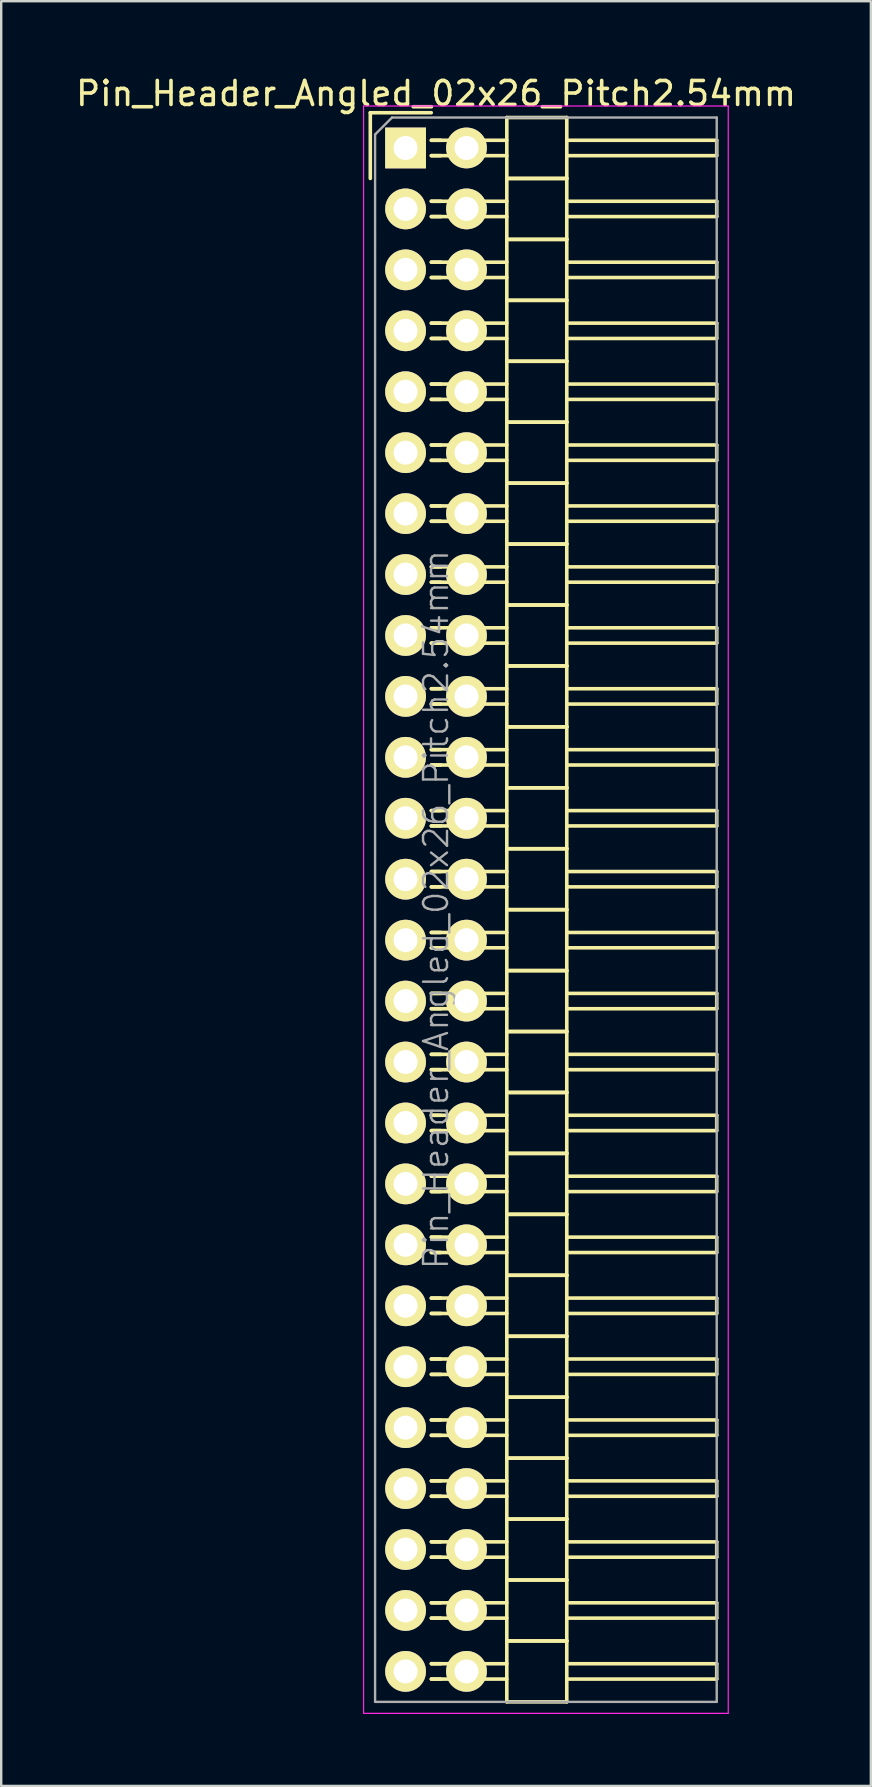
<source format=kicad_pcb>
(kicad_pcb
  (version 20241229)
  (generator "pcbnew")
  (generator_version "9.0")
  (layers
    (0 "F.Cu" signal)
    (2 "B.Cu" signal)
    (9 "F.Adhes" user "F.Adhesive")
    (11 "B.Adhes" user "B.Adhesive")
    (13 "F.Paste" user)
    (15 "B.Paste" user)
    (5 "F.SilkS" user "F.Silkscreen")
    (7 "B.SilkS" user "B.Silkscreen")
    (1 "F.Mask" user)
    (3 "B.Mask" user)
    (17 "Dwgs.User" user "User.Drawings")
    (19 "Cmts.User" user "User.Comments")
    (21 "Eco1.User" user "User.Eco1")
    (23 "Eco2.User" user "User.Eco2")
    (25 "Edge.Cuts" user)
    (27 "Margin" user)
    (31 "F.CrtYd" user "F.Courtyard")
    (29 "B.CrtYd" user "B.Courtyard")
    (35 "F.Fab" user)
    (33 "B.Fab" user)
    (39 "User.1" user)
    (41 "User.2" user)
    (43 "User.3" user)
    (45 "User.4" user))
  (footprint "Pin_Header_Angled_02x26_Pitch2.54mm"
    (layer "F.Cu")
    (at 13.855 3.118)
    (property "Reference" "Pin_Header_Angled_02x26_Pitch2.54mm" (at 1.27 -2.27 0) (layer "F.SilkS") (effects (font (size 1 1) (thickness 0.15))))
    (attr smd)
    (fp_line (start -1.47 -1.47) (end -1.47 1.27) (stroke (width 0.15) (type solid)) (layer "F.SilkS"))
    (fp_line (start -1.47 -1.47) (end 1.07 -1.47) (stroke (width 0.15) (type solid)) (layer "F.SilkS"))
    (fp_line (start 1.465 -0.32) (end 1.075 -0.32) (stroke (width 0.15) (type solid)) (layer "F.SilkS"))
    (fp_line (start 1.465 0.32) (end 1.075 0.32) (stroke (width 0.15) (type solid)) (layer "F.SilkS"))
    (fp_line (start 1.465 2.22) (end 1.075 2.22) (stroke (width 0.15) (type solid)) (layer "F.SilkS"))
    (fp_line (start 1.465 2.86) (end 1.075 2.86) (stroke (width 0.15) (type solid)) (layer "F.SilkS"))
    (fp_line (start 1.465 4.76) (end 1.075 4.76) (stroke (width 0.15) (type solid)) (layer "F.SilkS"))
    (fp_line (start 1.465 5.4) (end 1.075 5.4) (stroke (width 0.15) (type solid)) (layer "F.SilkS"))
    (fp_line (start 1.465 7.3) (end 1.075 7.3) (stroke (width 0.15) (type solid)) (layer "F.SilkS"))
    (fp_line (start 1.465 7.94) (end 1.075 7.94) (stroke (width 0.15) (type solid)) (layer "F.SilkS"))
    (fp_line (start 1.465 9.84) (end 1.075 9.84) (stroke (width 0.15) (type solid)) (layer "F.SilkS"))
    (fp_line (start 1.465 10.48) (end 1.075 10.48) (stroke (width 0.15) (type solid)) (layer "F.SilkS"))
    (fp_line (start 1.465 12.38) (end 1.075 12.38) (stroke (width 0.15) (type solid)) (layer "F.SilkS"))
    (fp_line (start 1.465 13.02) (end 1.075 13.02) (stroke (width 0.15) (type solid)) (layer "F.SilkS"))
    (fp_line (start 1.465 14.92) (end 1.075 14.92) (stroke (width 0.15) (type solid)) (layer "F.SilkS"))
    (fp_line (start 1.465 15.56) (end 1.075 15.56) (stroke (width 0.15) (type solid)) (layer "F.SilkS"))
    (fp_line (start 1.465 17.46) (end 1.075 17.46) (stroke (width 0.15) (type solid)) (layer "F.SilkS"))
    (fp_line (start 1.465 18.1) (end 1.075 18.1) (stroke (width 0.15) (type solid)) (layer "F.SilkS"))
    (fp_line (start 1.465 20) (end 1.075 20) (stroke (width 0.15) (type solid)) (layer "F.SilkS"))
    (fp_line (start 1.465 20.64) (end 1.075 20.64) (stroke (width 0.15) (type solid)) (layer "F.SilkS"))
    (fp_line (start 1.465 22.54) (end 1.075 22.54) (stroke (width 0.15) (type solid)) (layer "F.SilkS"))
    (fp_line (start 1.465 23.18) (end 1.075 23.18) (stroke (width 0.15) (type solid)) (layer "F.SilkS"))
    (fp_line (start 1.465 25.08) (end 1.075 25.08) (stroke (width 0.15) (type solid)) (layer "F.SilkS"))
    (fp_line (start 1.465 25.72) (end 1.075 25.72) (stroke (width 0.15) (type solid)) (layer "F.SilkS"))
    (fp_line (start 1.465 27.62) (end 1.075 27.62) (stroke (width 0.15) (type solid)) (layer "F.SilkS"))
    (fp_line (start 1.465 28.26) (end 1.075 28.26) (stroke (width 0.15) (type solid)) (layer "F.SilkS"))
    (fp_line (start 1.465 30.16) (end 1.075 30.16) (stroke (width 0.15) (type solid)) (layer "F.SilkS"))
    (fp_line (start 1.465 30.8) (end 1.075 30.8) (stroke (width 0.15) (type solid)) (layer "F.SilkS"))
    (fp_line (start 1.465 32.7) (end 1.075 32.7) (stroke (width 0.15) (type solid)) (layer "F.SilkS"))
    (fp_line (start 1.465 33.34) (end 1.075 33.34) (stroke (width 0.15) (type solid)) (layer "F.SilkS"))
    (fp_line (start 1.465 35.24) (end 1.075 35.24) (stroke (width 0.15) (type solid)) (layer "F.SilkS"))
    (fp_line (start 1.465 35.88) (end 1.075 35.88) (stroke (width 0.15) (type solid)) (layer "F.SilkS"))
    (fp_line (start 1.465 37.78) (end 1.075 37.78) (stroke (width 0.15) (type solid)) (layer "F.SilkS"))
    (fp_line (start 1.465 38.42) (end 1.075 38.42) (stroke (width 0.15) (type solid)) (layer "F.SilkS"))
    (fp_line (start 1.465 40.32) (end 1.075 40.32) (stroke (width 0.15) (type solid)) (layer "F.SilkS"))
    (fp_line (start 1.465 40.96) (end 1.075 40.96) (stroke (width 0.15) (type solid)) (layer "F.SilkS"))
    (fp_line (start 1.465 42.86) (end 1.075 42.86) (stroke (width 0.15) (type solid)) (layer "F.SilkS"))
    (fp_line (start 1.465 43.5) (end 1.075 43.5) (stroke (width 0.15) (type solid)) (layer "F.SilkS"))
    (fp_line (start 1.465 45.4) (end 1.075 45.4) (stroke (width 0.15) (type solid)) (layer "F.SilkS"))
    (fp_line (start 1.465 46.04) (end 1.075 46.04) (stroke (width 0.15) (type solid)) (layer "F.SilkS"))
    (fp_line (start 1.465 47.94) (end 1.075 47.94) (stroke (width 0.15) (type solid)) (layer "F.SilkS"))
    (fp_line (start 1.465 48.58) (end 1.075 48.58) (stroke (width 0.15) (type solid)) (layer "F.SilkS"))
    (fp_line (start 1.465 50.48) (end 1.075 50.48) (stroke (width 0.15) (type solid)) (layer "F.SilkS"))
    (fp_line (start 1.465 51.12) (end 1.075 51.12) (stroke (width 0.15) (type solid)) (layer "F.SilkS"))
    (fp_line (start 1.465 53.02) (end 1.075 53.02) (stroke (width 0.15) (type solid)) (layer "F.SilkS"))
    (fp_line (start 1.465 53.66) (end 1.075 53.66) (stroke (width 0.15) (type solid)) (layer "F.SilkS"))
    (fp_line (start 1.465 55.56) (end 1.075 55.56) (stroke (width 0.15) (type solid)) (layer "F.SilkS"))
    (fp_line (start 1.465 56.2) (end 1.075 56.2) (stroke (width 0.15) (type solid)) (layer "F.SilkS"))
    (fp_line (start 1.465 58.1) (end 1.075 58.1) (stroke (width 0.15) (type solid)) (layer "F.SilkS"))
    (fp_line (start 1.465 58.74) (end 1.075 58.74) (stroke (width 0.15) (type solid)) (layer "F.SilkS"))
    (fp_line (start 1.465 60.64) (end 1.075 60.64) (stroke (width 0.15) (type solid)) (layer "F.SilkS"))
    (fp_line (start 1.465 61.28) (end 1.075 61.28) (stroke (width 0.15) (type solid)) (layer "F.SilkS"))
    (fp_line (start 1.465 63.18) (end 1.075 63.18) (stroke (width 0.15) (type solid)) (layer "F.SilkS"))
    (fp_line (start 1.465 63.82) (end 1.075 63.82) (stroke (width 0.15) (type solid)) (layer "F.SilkS"))
    (fp_line (start 4.22 -0.32) (end 1.075 -0.32) (stroke (width 0.15) (type solid)) (layer "F.SilkS"))
    (fp_line (start 4.22 0.32) (end 1.075 0.32) (stroke (width 0.15) (type solid)) (layer "F.SilkS"))
    (fp_line (start 4.22 1.27) (end 4.22 -1.27) (stroke (width 0.15) (type solid)) (layer "F.SilkS"))
    (fp_line (start 4.22 2.22) (end 1.075 2.22) (stroke (width 0.15) (type solid)) (layer "F.SilkS"))
    (fp_line (start 4.22 2.86) (end 1.075 2.86) (stroke (width 0.15) (type solid)) (layer "F.SilkS"))
    (fp_line (start 4.22 3.81) (end 4.22 1.27) (stroke (width 0.15) (type solid)) (layer "F.SilkS"))
    (fp_line (start 4.22 4.76) (end 1.075 4.76) (stroke (width 0.15) (type solid)) (layer "F.SilkS"))
    (fp_line (start 4.22 5.4) (end 1.075 5.4) (stroke (width 0.15) (type solid)) (layer "F.SilkS"))
    (fp_line (start 4.22 6.35) (end 4.22 3.81) (stroke (width 0.15) (type solid)) (layer "F.SilkS"))
    (fp_line (start 4.22 7.3) (end 1.075 7.3) (stroke (width 0.15) (type solid)) (layer "F.SilkS"))
    (fp_line (start 4.22 7.94) (end 1.075 7.94) (stroke (width 0.15) (type solid)) (layer "F.SilkS"))
    (fp_line (start 4.22 8.89) (end 4.22 6.35) (stroke (width 0.15) (type solid)) (layer "F.SilkS"))
    (fp_line (start 4.22 9.84) (end 1.075 9.84) (stroke (width 0.15) (type solid)) (layer "F.SilkS"))
    (fp_line (start 4.22 10.48) (end 1.075 10.48) (stroke (width 0.15) (type solid)) (layer "F.SilkS"))
    (fp_line (start 4.22 11.43) (end 4.22 8.89) (stroke (width 0.15) (type solid)) (layer "F.SilkS"))
    (fp_line (start 4.22 12.38) (end 1.075 12.38) (stroke (width 0.15) (type solid)) (layer "F.SilkS"))
    (fp_line (start 4.22 13.02) (end 1.075 13.02) (stroke (width 0.15) (type solid)) (layer "F.SilkS"))
    (fp_line (start 4.22 13.97) (end 4.22 11.43) (stroke (width 0.15) (type solid)) (layer "F.SilkS"))
    (fp_line (start 4.22 14.92) (end 1.075 14.92) (stroke (width 0.15) (type solid)) (layer "F.SilkS"))
    (fp_line (start 4.22 15.56) (end 1.075 15.56) (stroke (width 0.15) (type solid)) (layer "F.SilkS"))
    (fp_line (start 4.22 16.51) (end 4.22 13.97) (stroke (width 0.15) (type solid)) (layer "F.SilkS"))
    (fp_line (start 4.22 17.46) (end 1.075 17.46) (stroke (width 0.15) (type solid)) (layer "F.SilkS"))
    (fp_line (start 4.22 18.1) (end 1.075 18.1) (stroke (width 0.15) (type solid)) (layer "F.SilkS"))
    (fp_line (start 4.22 19.05) (end 4.22 16.51) (stroke (width 0.15) (type solid)) (layer "F.SilkS"))
    (fp_line (start 4.22 20) (end 1.075 20) (stroke (width 0.15) (type solid)) (layer "F.SilkS"))
    (fp_line (start 4.22 20.64) (end 1.075 20.64) (stroke (width 0.15) (type solid)) (layer "F.SilkS"))
    (fp_line (start 4.22 21.59) (end 4.22 19.05) (stroke (width 0.15) (type solid)) (layer "F.SilkS"))
    (fp_line (start 4.22 22.54) (end 1.075 22.54) (stroke (width 0.15) (type solid)) (layer "F.SilkS"))
    (fp_line (start 4.22 23.18) (end 1.075 23.18) (stroke (width 0.15) (type solid)) (layer "F.SilkS"))
    (fp_line (start 4.22 24.13) (end 4.22 21.59) (stroke (width 0.15) (type solid)) (layer "F.SilkS"))
    (fp_line (start 4.22 25.08) (end 1.075 25.08) (stroke (width 0.15) (type solid)) (layer "F.SilkS"))
    (fp_line (start 4.22 25.72) (end 1.075 25.72) (stroke (width 0.15) (type solid)) (layer "F.SilkS"))
    (fp_line (start 4.22 26.67) (end 4.22 24.13) (stroke (width 0.15) (type solid)) (layer "F.SilkS"))
    (fp_line (start 4.22 27.62) (end 1.075 27.62) (stroke (width 0.15) (type solid)) (layer "F.SilkS"))
    (fp_line (start 4.22 28.26) (end 1.075 28.26) (stroke (width 0.15) (type solid)) (layer "F.SilkS"))
    (fp_line (start 4.22 29.21) (end 4.22 26.67) (stroke (width 0.15) (type solid)) (layer "F.SilkS"))
    (fp_line (start 4.22 30.16) (end 1.075 30.16) (stroke (width 0.15) (type solid)) (layer "F.SilkS"))
    (fp_line (start 4.22 30.8) (end 1.075 30.8) (stroke (width 0.15) (type solid)) (layer "F.SilkS"))
    (fp_line (start 4.22 31.75) (end 4.22 29.21) (stroke (width 0.15) (type solid)) (layer "F.SilkS"))
    (fp_line (start 4.22 32.7) (end 1.075 32.7) (stroke (width 0.15) (type solid)) (layer "F.SilkS"))
    (fp_line (start 4.22 33.34) (end 1.075 33.34) (stroke (width 0.15) (type solid)) (layer "F.SilkS"))
    (fp_line (start 4.22 34.29) (end 4.22 31.75) (stroke (width 0.15) (type solid)) (layer "F.SilkS"))
    (fp_line (start 4.22 35.24) (end 1.075 35.24) (stroke (width 0.15) (type solid)) (layer "F.SilkS"))
    (fp_line (start 4.22 35.88) (end 1.075 35.88) (stroke (width 0.15) (type solid)) (layer "F.SilkS"))
    (fp_line (start 4.22 36.83) (end 4.22 34.29) (stroke (width 0.15) (type solid)) (layer "F.SilkS"))
    (fp_line (start 4.22 37.78) (end 1.075 37.78) (stroke (width 0.15) (type solid)) (layer "F.SilkS"))
    (fp_line (start 4.22 38.42) (end 1.075 38.42) (stroke (width 0.15) (type solid)) (layer "F.SilkS"))
    (fp_line (start 4.22 39.37) (end 4.22 36.83) (stroke (width 0.15) (type solid)) (layer "F.SilkS"))
    (fp_line (start 4.22 40.32) (end 1.075 40.32) (stroke (width 0.15) (type solid)) (layer "F.SilkS"))
    (fp_line (start 4.22 40.96) (end 1.075 40.96) (stroke (width 0.15) (type solid)) (layer "F.SilkS"))
    (fp_line (start 4.22 41.91) (end 4.22 39.37) (stroke (width 0.15) (type solid)) (layer "F.SilkS"))
    (fp_line (start 4.22 42.86) (end 1.075 42.86) (stroke (width 0.15) (type solid)) (layer "F.SilkS"))
    (fp_line (start 4.22 43.5) (end 1.075 43.5) (stroke (width 0.15) (type solid)) (layer "F.SilkS"))
    (fp_line (start 4.22 44.45) (end 4.22 41.91) (stroke (width 0.15) (type solid)) (layer "F.SilkS"))
    (fp_line (start 4.22 45.4) (end 1.075 45.4) (stroke (width 0.15) (type solid)) (layer "F.SilkS"))
    (fp_line (start 4.22 46.04) (end 1.075 46.04) (stroke (width 0.15) (type solid)) (layer "F.SilkS"))
    (fp_line (start 4.22 46.99) (end 4.22 44.45) (stroke (width 0.15) (type solid)) (layer "F.SilkS"))
    (fp_line (start 4.22 47.94) (end 1.075 47.94) (stroke (width 0.15) (type solid)) (layer "F.SilkS"))
    (fp_line (start 4.22 48.58) (end 1.075 48.58) (stroke (width 0.15) (type solid)) (layer "F.SilkS"))
    (fp_line (start 4.22 49.53) (end 4.22 46.99) (stroke (width 0.15) (type solid)) (layer "F.SilkS"))
    (fp_line (start 4.22 50.48) (end 1.075 50.48) (stroke (width 0.15) (type solid)) (layer "F.SilkS"))
    (fp_line (start 4.22 51.12) (end 1.075 51.12) (stroke (width 0.15) (type solid)) (layer "F.SilkS"))
    (fp_line (start 4.22 52.07) (end 4.22 49.53) (stroke (width 0.15) (type solid)) (layer "F.SilkS"))
    (fp_line (start 4.22 53.02) (end 1.075 53.02) (stroke (width 0.15) (type solid)) (layer "F.SilkS"))
    (fp_line (start 4.22 53.66) (end 1.075 53.66) (stroke (width 0.15) (type solid)) (layer "F.SilkS"))
    (fp_line (start 4.22 54.61) (end 4.22 52.07) (stroke (width 0.15) (type solid)) (layer "F.SilkS"))
    (fp_line (start 4.22 55.56) (end 1.075 55.56) (stroke (width 0.15) (type solid)) (layer "F.SilkS"))
    (fp_line (start 4.22 56.2) (end 1.075 56.2) (stroke (width 0.15) (type solid)) (layer "F.SilkS"))
    (fp_line (start 4.22 57.15) (end 4.22 54.61) (stroke (width 0.15) (type solid)) (layer "F.SilkS"))
    (fp_line (start 4.22 58.1) (end 1.075 58.1) (stroke (width 0.15) (type solid)) (layer "F.SilkS"))
    (fp_line (start 4.22 58.74) (end 1.075 58.74) (stroke (width 0.15) (type solid)) (layer "F.SilkS"))
    (fp_line (start 4.22 59.69) (end 4.22 57.15) (stroke (width 0.15) (type solid)) (layer "F.SilkS"))
    (fp_line (start 4.22 60.64) (end 1.075 60.64) (stroke (width 0.15) (type solid)) (layer "F.SilkS"))
    (fp_line (start 4.22 61.28) (end 1.075 61.28) (stroke (width 0.15) (type solid)) (layer "F.SilkS"))
    (fp_line (start 4.22 62.23) (end 4.22 59.69) (stroke (width 0.15) (type solid)) (layer "F.SilkS"))
    (fp_line (start 4.22 63.18) (end 1.075 63.18) (stroke (width 0.15) (type solid)) (layer "F.SilkS"))
    (fp_line (start 4.22 63.82) (end 1.075 63.82) (stroke (width 0.15) (type solid)) (layer "F.SilkS"))
    (fp_line (start 4.22 64.77) (end 4.22 62.23) (stroke (width 0.15) (type solid)) (layer "F.SilkS"))
    (fp_line (start 6.72 -1.27) (end 4.22 -1.27) (stroke (width 0.15) (type solid)) (layer "F.SilkS"))
    (fp_line (start 6.72 -0.32) (end 12.97 -0.32) (stroke (width 0.15) (type solid)) (layer "F.SilkS"))
    (fp_line (start 6.72 0.32) (end 12.97 0.32) (stroke (width 0.15) (type solid)) (layer "F.SilkS"))
    (fp_line (start 6.72 1.27) (end 4.22 1.27) (stroke (width 0.15) (type solid)) (layer "F.SilkS"))
    (fp_line (start 6.72 1.27) (end 4.22 1.27) (stroke (width 0.15) (type solid)) (layer "F.SilkS"))
    (fp_line (start 6.72 1.27) (end 6.72 -1.27) (stroke (width 0.15) (type solid)) (layer "F.SilkS"))
    (fp_line (start 6.72 2.22) (end 12.97 2.22) (stroke (width 0.15) (type solid)) (layer "F.SilkS"))
    (fp_line (start 6.72 2.86) (end 12.97 2.86) (stroke (width 0.15) (type solid)) (layer "F.SilkS"))
    (fp_line (start 6.72 3.81) (end 4.22 3.81) (stroke (width 0.15) (type solid)) (layer "F.SilkS"))
    (fp_line (start 6.72 3.81) (end 4.22 3.81) (stroke (width 0.15) (type solid)) (layer "F.SilkS"))
    (fp_line (start 6.72 3.81) (end 6.72 1.27) (stroke (width 0.15) (type solid)) (layer "F.SilkS"))
    (fp_line (start 6.72 4.76) (end 12.97 4.76) (stroke (width 0.15) (type solid)) (layer "F.SilkS"))
    (fp_line (start 6.72 5.4) (end 12.97 5.4) (stroke (width 0.15) (type solid)) (layer "F.SilkS"))
    (fp_line (start 6.72 6.35) (end 4.22 6.35) (stroke (width 0.15) (type solid)) (layer "F.SilkS"))
    (fp_line (start 6.72 6.35) (end 4.22 6.35) (stroke (width 0.15) (type solid)) (layer "F.SilkS"))
    (fp_line (start 6.72 6.35) (end 6.72 3.81) (stroke (width 0.15) (type solid)) (layer "F.SilkS"))
    (fp_line (start 6.72 7.3) (end 12.97 7.3) (stroke (width 0.15) (type solid)) (layer "F.SilkS"))
    (fp_line (start 6.72 7.94) (end 12.97 7.94) (stroke (width 0.15) (type solid)) (layer "F.SilkS"))
    (fp_line (start 6.72 8.89) (end 4.22 8.89) (stroke (width 0.15) (type solid)) (layer "F.SilkS"))
    (fp_line (start 6.72 8.89) (end 4.22 8.89) (stroke (width 0.15) (type solid)) (layer "F.SilkS"))
    (fp_line (start 6.72 8.89) (end 6.72 6.35) (stroke (width 0.15) (type solid)) (layer "F.SilkS"))
    (fp_line (start 6.72 9.84) (end 12.97 9.84) (stroke (width 0.15) (type solid)) (layer "F.SilkS"))
    (fp_line (start 6.72 10.48) (end 12.97 10.48) (stroke (width 0.15) (type solid)) (layer "F.SilkS"))
    (fp_line (start 6.72 11.43) (end 4.22 11.43) (stroke (width 0.15) (type solid)) (layer "F.SilkS"))
    (fp_line (start 6.72 11.43) (end 4.22 11.43) (stroke (width 0.15) (type solid)) (layer "F.SilkS"))
    (fp_line (start 6.72 11.43) (end 6.72 8.89) (stroke (width 0.15) (type solid)) (layer "F.SilkS"))
    (fp_line (start 6.72 12.38) (end 12.97 12.38) (stroke (width 0.15) (type solid)) (layer "F.SilkS"))
    (fp_line (start 6.72 13.02) (end 12.97 13.02) (stroke (width 0.15) (type solid)) (layer "F.SilkS"))
    (fp_line (start 6.72 13.97) (end 4.22 13.97) (stroke (width 0.15) (type solid)) (layer "F.SilkS"))
    (fp_line (start 6.72 13.97) (end 4.22 13.97) (stroke (width 0.15) (type solid)) (layer "F.SilkS"))
    (fp_line (start 6.72 13.97) (end 6.72 11.43) (stroke (width 0.15) (type solid)) (layer "F.SilkS"))
    (fp_line (start 6.72 14.92) (end 12.97 14.92) (stroke (width 0.15) (type solid)) (layer "F.SilkS"))
    (fp_line (start 6.72 15.56) (end 12.97 15.56) (stroke (width 0.15) (type solid)) (layer "F.SilkS"))
    (fp_line (start 6.72 16.51) (end 4.22 16.51) (stroke (width 0.15) (type solid)) (layer "F.SilkS"))
    (fp_line (start 6.72 16.51) (end 4.22 16.51) (stroke (width 0.15) (type solid)) (layer "F.SilkS"))
    (fp_line (start 6.72 16.51) (end 6.72 13.97) (stroke (width 0.15) (type solid)) (layer "F.SilkS"))
    (fp_line (start 6.72 17.46) (end 12.97 17.46) (stroke (width 0.15) (type solid)) (layer "F.SilkS"))
    (fp_line (start 6.72 18.1) (end 12.97 18.1) (stroke (width 0.15) (type solid)) (layer "F.SilkS"))
    (fp_line (start 6.72 19.05) (end 4.22 19.05) (stroke (width 0.15) (type solid)) (layer "F.SilkS"))
    (fp_line (start 6.72 19.05) (end 4.22 19.05) (stroke (width 0.15) (type solid)) (layer "F.SilkS"))
    (fp_line (start 6.72 19.05) (end 6.72 16.51) (stroke (width 0.15) (type solid)) (layer "F.SilkS"))
    (fp_line (start 6.72 20) (end 12.97 20) (stroke (width 0.15) (type solid)) (layer "F.SilkS"))
    (fp_line (start 6.72 20.64) (end 12.97 20.64) (stroke (width 0.15) (type solid)) (layer "F.SilkS"))
    (fp_line (start 6.72 21.59) (end 4.22 21.59) (stroke (width 0.15) (type solid)) (layer "F.SilkS"))
    (fp_line (start 6.72 21.59) (end 4.22 21.59) (stroke (width 0.15) (type solid)) (layer "F.SilkS"))
    (fp_line (start 6.72 21.59) (end 6.72 19.05) (stroke (width 0.15) (type solid)) (layer "F.SilkS"))
    (fp_line (start 6.72 22.54) (end 12.97 22.54) (stroke (width 0.15) (type solid)) (layer "F.SilkS"))
    (fp_line (start 6.72 23.18) (end 12.97 23.18) (stroke (width 0.15) (type solid)) (layer "F.SilkS"))
    (fp_line (start 6.72 24.13) (end 4.22 24.13) (stroke (width 0.15) (type solid)) (layer "F.SilkS"))
    (fp_line (start 6.72 24.13) (end 4.22 24.13) (stroke (width 0.15) (type solid)) (layer "F.SilkS"))
    (fp_line (start 6.72 24.13) (end 6.72 21.59) (stroke (width 0.15) (type solid)) (layer "F.SilkS"))
    (fp_line (start 6.72 25.08) (end 12.97 25.08) (stroke (width 0.15) (type solid)) (layer "F.SilkS"))
    (fp_line (start 6.72 25.72) (end 12.97 25.72) (stroke (width 0.15) (type solid)) (layer "F.SilkS"))
    (fp_line (start 6.72 26.67) (end 4.22 26.67) (stroke (width 0.15) (type solid)) (layer "F.SilkS"))
    (fp_line (start 6.72 26.67) (end 4.22 26.67) (stroke (width 0.15) (type solid)) (layer "F.SilkS"))
    (fp_line (start 6.72 26.67) (end 6.72 24.13) (stroke (width 0.15) (type solid)) (layer "F.SilkS"))
    (fp_line (start 6.72 27.62) (end 12.97 27.62) (stroke (width 0.15) (type solid)) (layer "F.SilkS"))
    (fp_line (start 6.72 28.26) (end 12.97 28.26) (stroke (width 0.15) (type solid)) (layer "F.SilkS"))
    (fp_line (start 6.72 29.21) (end 4.22 29.21) (stroke (width 0.15) (type solid)) (layer "F.SilkS"))
    (fp_line (start 6.72 29.21) (end 4.22 29.21) (stroke (width 0.15) (type solid)) (layer "F.SilkS"))
    (fp_line (start 6.72 29.21) (end 6.72 26.67) (stroke (width 0.15) (type solid)) (layer "F.SilkS"))
    (fp_line (start 6.72 30.16) (end 12.97 30.16) (stroke (width 0.15) (type solid)) (layer "F.SilkS"))
    (fp_line (start 6.72 30.8) (end 12.97 30.8) (stroke (width 0.15) (type solid)) (layer "F.SilkS"))
    (fp_line (start 6.72 31.75) (end 4.22 31.75) (stroke (width 0.15) (type solid)) (layer "F.SilkS"))
    (fp_line (start 6.72 31.75) (end 4.22 31.75) (stroke (width 0.15) (type solid)) (layer "F.SilkS"))
    (fp_line (start 6.72 31.75) (end 6.72 29.21) (stroke (width 0.15) (type solid)) (layer "F.SilkS"))
    (fp_line (start 6.72 32.7) (end 12.97 32.7) (stroke (width 0.15) (type solid)) (layer "F.SilkS"))
    (fp_line (start 6.72 33.34) (end 12.97 33.34) (stroke (width 0.15) (type solid)) (layer "F.SilkS"))
    (fp_line (start 6.72 34.29) (end 4.22 34.29) (stroke (width 0.15) (type solid)) (layer "F.SilkS"))
    (fp_line (start 6.72 34.29) (end 4.22 34.29) (stroke (width 0.15) (type solid)) (layer "F.SilkS"))
    (fp_line (start 6.72 34.29) (end 6.72 31.75) (stroke (width 0.15) (type solid)) (layer "F.SilkS"))
    (fp_line (start 6.72 35.24) (end 12.97 35.24) (stroke (width 0.15) (type solid)) (layer "F.SilkS"))
    (fp_line (start 6.72 35.88) (end 12.97 35.88) (stroke (width 0.15) (type solid)) (layer "F.SilkS"))
    (fp_line (start 6.72 36.83) (end 4.22 36.83) (stroke (width 0.15) (type solid)) (layer "F.SilkS"))
    (fp_line (start 6.72 36.83) (end 4.22 36.83) (stroke (width 0.15) (type solid)) (layer "F.SilkS"))
    (fp_line (start 6.72 36.83) (end 6.72 34.29) (stroke (width 0.15) (type solid)) (layer "F.SilkS"))
    (fp_line (start 6.72 37.78) (end 12.97 37.78) (stroke (width 0.15) (type solid)) (layer "F.SilkS"))
    (fp_line (start 6.72 38.42) (end 12.97 38.42) (stroke (width 0.15) (type solid)) (layer "F.SilkS"))
    (fp_line (start 6.72 39.37) (end 4.22 39.37) (stroke (width 0.15) (type solid)) (layer "F.SilkS"))
    (fp_line (start 6.72 39.37) (end 4.22 39.37) (stroke (width 0.15) (type solid)) (layer "F.SilkS"))
    (fp_line (start 6.72 39.37) (end 6.72 36.83) (stroke (width 0.15) (type solid)) (layer "F.SilkS"))
    (fp_line (start 6.72 40.32) (end 12.97 40.32) (stroke (width 0.15) (type solid)) (layer "F.SilkS"))
    (fp_line (start 6.72 40.96) (end 12.97 40.96) (stroke (width 0.15) (type solid)) (layer "F.SilkS"))
    (fp_line (start 6.72 41.91) (end 4.22 41.91) (stroke (width 0.15) (type solid)) (layer "F.SilkS"))
    (fp_line (start 6.72 41.91) (end 4.22 41.91) (stroke (width 0.15) (type solid)) (layer "F.SilkS"))
    (fp_line (start 6.72 41.91) (end 6.72 39.37) (stroke (width 0.15) (type solid)) (layer "F.SilkS"))
    (fp_line (start 6.72 42.86) (end 12.97 42.86) (stroke (width 0.15) (type solid)) (layer "F.SilkS"))
    (fp_line (start 6.72 43.5) (end 12.97 43.5) (stroke (width 0.15) (type solid)) (layer "F.SilkS"))
    (fp_line (start 6.72 44.45) (end 4.22 44.45) (stroke (width 0.15) (type solid)) (layer "F.SilkS"))
    (fp_line (start 6.72 44.45) (end 4.22 44.45) (stroke (width 0.15) (type solid)) (layer "F.SilkS"))
    (fp_line (start 6.72 44.45) (end 6.72 41.91) (stroke (width 0.15) (type solid)) (layer "F.SilkS"))
    (fp_line (start 6.72 45.4) (end 12.97 45.4) (stroke (width 0.15) (type solid)) (layer "F.SilkS"))
    (fp_line (start 6.72 46.04) (end 12.97 46.04) (stroke (width 0.15) (type solid)) (layer "F.SilkS"))
    (fp_line (start 6.72 46.99) (end 4.22 46.99) (stroke (width 0.15) (type solid)) (layer "F.SilkS"))
    (fp_line (start 6.72 46.99) (end 4.22 46.99) (stroke (width 0.15) (type solid)) (layer "F.SilkS"))
    (fp_line (start 6.72 46.99) (end 6.72 44.45) (stroke (width 0.15) (type solid)) (layer "F.SilkS"))
    (fp_line (start 6.72 47.94) (end 12.97 47.94) (stroke (width 0.15) (type solid)) (layer "F.SilkS"))
    (fp_line (start 6.72 48.58) (end 12.97 48.58) (stroke (width 0.15) (type solid)) (layer "F.SilkS"))
    (fp_line (start 6.72 49.53) (end 4.22 49.53) (stroke (width 0.15) (type solid)) (layer "F.SilkS"))
    (fp_line (start 6.72 49.53) (end 4.22 49.53) (stroke (width 0.15) (type solid)) (layer "F.SilkS"))
    (fp_line (start 6.72 49.53) (end 6.72 46.99) (stroke (width 0.15) (type solid)) (layer "F.SilkS"))
    (fp_line (start 6.72 50.48) (end 12.97 50.48) (stroke (width 0.15) (type solid)) (layer "F.SilkS"))
    (fp_line (start 6.72 51.12) (end 12.97 51.12) (stroke (width 0.15) (type solid)) (layer "F.SilkS"))
    (fp_line (start 6.72 52.07) (end 4.22 52.07) (stroke (width 0.15) (type solid)) (layer "F.SilkS"))
    (fp_line (start 6.72 52.07) (end 4.22 52.07) (stroke (width 0.15) (type solid)) (layer "F.SilkS"))
    (fp_line (start 6.72 52.07) (end 6.72 49.53) (stroke (width 0.15) (type solid)) (layer "F.SilkS"))
    (fp_line (start 6.72 53.02) (end 12.97 53.02) (stroke (width 0.15) (type solid)) (layer "F.SilkS"))
    (fp_line (start 6.72 53.66) (end 12.97 53.66) (stroke (width 0.15) (type solid)) (layer "F.SilkS"))
    (fp_line (start 6.72 54.61) (end 4.22 54.61) (stroke (width 0.15) (type solid)) (layer "F.SilkS"))
    (fp_line (start 6.72 54.61) (end 4.22 54.61) (stroke (width 0.15) (type solid)) (layer "F.SilkS"))
    (fp_line (start 6.72 54.61) (end 6.72 52.07) (stroke (width 0.15) (type solid)) (layer "F.SilkS"))
    (fp_line (start 6.72 55.56) (end 12.97 55.56) (stroke (width 0.15) (type solid)) (layer "F.SilkS"))
    (fp_line (start 6.72 56.2) (end 12.97 56.2) (stroke (width 0.15) (type solid)) (layer "F.SilkS"))
    (fp_line (start 6.72 57.15) (end 4.22 57.15) (stroke (width 0.15) (type solid)) (layer "F.SilkS"))
    (fp_line (start 6.72 57.15) (end 4.22 57.15) (stroke (width 0.15) (type solid)) (layer "F.SilkS"))
    (fp_line (start 6.72 57.15) (end 6.72 54.61) (stroke (width 0.15) (type solid)) (layer "F.SilkS"))
    (fp_line (start 6.72 58.1) (end 12.97 58.1) (stroke (width 0.15) (type solid)) (layer "F.SilkS"))
    (fp_line (start 6.72 58.74) (end 12.97 58.74) (stroke (width 0.15) (type solid)) (layer "F.SilkS"))
    (fp_line (start 6.72 59.69) (end 4.22 59.69) (stroke (width 0.15) (type solid)) (layer "F.SilkS"))
    (fp_line (start 6.72 59.69) (end 4.22 59.69) (stroke (width 0.15) (type solid)) (layer "F.SilkS"))
    (fp_line (start 6.72 59.69) (end 6.72 57.15) (stroke (width 0.15) (type solid)) (layer "F.SilkS"))
    (fp_line (start 6.72 60.64) (end 12.97 60.64) (stroke (width 0.15) (type solid)) (layer "F.SilkS"))
    (fp_line (start 6.72 61.28) (end 12.97 61.28) (stroke (width 0.15) (type solid)) (layer "F.SilkS"))
    (fp_line (start 6.72 62.23) (end 4.22 62.23) (stroke (width 0.15) (type solid)) (layer "F.SilkS"))
    (fp_line (start 6.72 62.23) (end 4.22 62.23) (stroke (width 0.15) (type solid)) (layer "F.SilkS"))
    (fp_line (start 6.72 62.23) (end 6.72 59.69) (stroke (width 0.15) (type solid)) (layer "F.SilkS"))
    (fp_line (start 6.72 63.18) (end 12.97 63.18) (stroke (width 0.15) (type solid)) (layer "F.SilkS"))
    (fp_line (start 6.72 63.82) (end 12.97 63.82) (stroke (width 0.15) (type solid)) (layer "F.SilkS"))
    (fp_line (start 6.72 64.77) (end 4.22 64.77) (stroke (width 0.15) (type solid)) (layer "F.SilkS"))
    (fp_line (start 6.72 64.77) (end 6.72 62.23) (stroke (width 0.15) (type solid)) (layer "F.SilkS"))
    (fp_line (start 12.97 0.32) (end 12.97 -0.32) (stroke (width 0.15) (type solid)) (layer "F.SilkS"))
    (fp_line (start 12.97 2.86) (end 12.97 2.22) (stroke (width 0.15) (type solid)) (layer "F.SilkS"))
    (fp_line (start 12.97 5.4) (end 12.97 4.76) (stroke (width 0.15) (type solid)) (layer "F.SilkS"))
    (fp_line (start 12.97 7.94) (end 12.97 7.3) (stroke (width 0.15) (type solid)) (layer "F.SilkS"))
    (fp_line (start 12.97 10.48) (end 12.97 9.84) (stroke (width 0.15) (type solid)) (layer "F.SilkS"))
    (fp_line (start 12.97 13.02) (end 12.97 12.38) (stroke (width 0.15) (type solid)) (layer "F.SilkS"))
    (fp_line (start 12.97 15.56) (end 12.97 14.92) (stroke (width 0.15) (type solid)) (layer "F.SilkS"))
    (fp_line (start 12.97 18.1) (end 12.97 17.46) (stroke (width 0.15) (type solid)) (layer "F.SilkS"))
    (fp_line (start 12.97 20.64) (end 12.97 20) (stroke (width 0.15) (type solid)) (layer "F.SilkS"))
    (fp_line (start 12.97 23.18) (end 12.97 22.54) (stroke (width 0.15) (type solid)) (layer "F.SilkS"))
    (fp_line (start 12.97 25.72) (end 12.97 25.08) (stroke (width 0.15) (type solid)) (layer "F.SilkS"))
    (fp_line (start 12.97 28.26) (end 12.97 27.62) (stroke (width 0.15) (type solid)) (layer "F.SilkS"))
    (fp_line (start 12.97 30.8) (end 12.97 30.16) (stroke (width 0.15) (type solid)) (layer "F.SilkS"))
    (fp_line (start 12.97 33.34) (end 12.97 32.7) (stroke (width 0.15) (type solid)) (layer "F.SilkS"))
    (fp_line (start 12.97 35.88) (end 12.97 35.24) (stroke (width 0.15) (type solid)) (layer "F.SilkS"))
    (fp_line (start 12.97 38.42) (end 12.97 37.78) (stroke (width 0.15) (type solid)) (layer "F.SilkS"))
    (fp_line (start 12.97 40.96) (end 12.97 40.32) (stroke (width 0.15) (type solid)) (layer "F.SilkS"))
    (fp_line (start 12.97 43.5) (end 12.97 42.86) (stroke (width 0.15) (type solid)) (layer "F.SilkS"))
    (fp_line (start 12.97 46.04) (end 12.97 45.4) (stroke (width 0.15) (type solid)) (layer "F.SilkS"))
    (fp_line (start 12.97 48.58) (end 12.97 47.94) (stroke (width 0.15) (type solid)) (layer "F.SilkS"))
    (fp_line (start 12.97 51.12) (end 12.97 50.48) (stroke (width 0.15) (type solid)) (layer "F.SilkS"))
    (fp_line (start 12.97 53.66) (end 12.97 53.02) (stroke (width 0.15) (type solid)) (layer "F.SilkS"))
    (fp_line (start 12.97 56.2) (end 12.97 55.56) (stroke (width 0.15) (type solid)) (layer "F.SilkS"))
    (fp_line (start 12.97 58.74) (end 12.97 58.1) (stroke (width 0.15) (type solid)) (layer "F.SilkS"))
    (fp_line (start 12.97 61.28) (end 12.97 60.64) (stroke (width 0.15) (type solid)) (layer "F.SilkS"))
    (fp_line (start 12.97 63.82) (end 12.97 63.18) (stroke (width 0.15) (type solid)) (layer "F.SilkS"))
    (fp_line (start -1.75 -1.75) (end -1.75 65.25) (stroke (width 0.05) (type solid)) (layer "F.CrtYd"))
    (fp_line (start 13.45 -1.75) (end -1.75 -1.75) (stroke (width 0.05) (type solid)) (layer "F.CrtYd"))
    (fp_line (start 13.45 -1.75) (end 13.45 65.25) (stroke (width 0.05) (type solid)) (layer "F.CrtYd"))
    (fp_line (start 13.45 65.25) (end -1.75 65.25) (stroke (width 0.05) (type solid)) (layer "F.CrtYd"))
    (fp_line (start -1.27 -0.563) (end -0.563 -1.27) (stroke (width 0.1) (type solid)) (layer "F.Fab"))
    (fp_line (start -1.27 64.77) (end -1.27 -0.563) (stroke (width 0.1) (type solid)) (layer "F.Fab"))
    (fp_line (start 12.97 -1.27) (end -0.563 -1.27) (stroke (width 0.1) (type solid)) (layer "F.Fab"))
    (fp_line (start 12.97 64.77) (end -1.27 64.77) (stroke (width 0.1) (type solid)) (layer "F.Fab"))
    (fp_line (start 12.97 64.77) (end 12.97 -1.27) (stroke (width 0.1) (type solid)) (layer "F.Fab"))
    (fp_text user "${REFERENCE}" (at 1.27 31.75 90) (layer "F.Fab") (effects (font (size 1 1) (thickness 0.1))))
    (pad "1" thru_hole rect (at 0 0) (size 1.7 1.7) (drill 1) (layers "*.Cu" "*.Mask" "F.SilkS"))
    (pad "2" thru_hole oval (at 2.54 0) (size 1.7 1.7) (drill 1) (layers "*.Cu" "*.Mask" "F.SilkS"))
    (pad "3" thru_hole oval (at 0 2.54) (size 1.7 1.7) (drill 1) (layers "*.Cu" "*.Mask" "F.SilkS"))
    (pad "4" thru_hole oval (at 2.54 2.54) (size 1.7 1.7) (drill 1) (layers "*.Cu" "*.Mask" "F.SilkS"))
    (pad "5" thru_hole oval (at 0 5.08) (size 1.7 1.7) (drill 1) (layers "*.Cu" "*.Mask" "F.SilkS"))
    (pad "6" thru_hole oval (at 2.54 5.08) (size 1.7 1.7) (drill 1) (layers "*.Cu" "*.Mask" "F.SilkS"))
    (pad "7" thru_hole oval (at 0 7.62) (size 1.7 1.7) (drill 1) (layers "*.Cu" "*.Mask" "F.SilkS"))
    (pad "8" thru_hole oval (at 2.54 7.62) (size 1.7 1.7) (drill 1) (layers "*.Cu" "*.Mask" "F.SilkS"))
    (pad "9" thru_hole oval (at 0 10.16) (size 1.7 1.7) (drill 1) (layers "*.Cu" "*.Mask" "F.SilkS"))
    (pad "10" thru_hole oval (at 2.54 10.16) (size 1.7 1.7) (drill 1) (layers "*.Cu" "*.Mask" "F.SilkS"))
    (pad "11" thru_hole oval (at 0 12.7) (size 1.7 1.7) (drill 1) (layers "*.Cu" "*.Mask" "F.SilkS"))
    (pad "12" thru_hole oval (at 2.54 12.7) (size 1.7 1.7) (drill 1) (layers "*.Cu" "*.Mask" "F.SilkS"))
    (pad "13" thru_hole oval (at 0 15.24) (size 1.7 1.7) (drill 1) (layers "*.Cu" "*.Mask" "F.SilkS"))
    (pad "14" thru_hole oval (at 2.54 15.24) (size 1.7 1.7) (drill 1) (layers "*.Cu" "*.Mask" "F.SilkS"))
    (pad "15" thru_hole oval (at 0 17.78) (size 1.7 1.7) (drill 1) (layers "*.Cu" "*.Mask" "F.SilkS"))
    (pad "16" thru_hole oval (at 2.54 17.78) (size 1.7 1.7) (drill 1) (layers "*.Cu" "*.Mask" "F.SilkS"))
    (pad "17" thru_hole oval (at 0 20.32) (size 1.7 1.7) (drill 1) (layers "*.Cu" "*.Mask" "F.SilkS"))
    (pad "18" thru_hole oval (at 2.54 20.32) (size 1.7 1.7) (drill 1) (layers "*.Cu" "*.Mask" "F.SilkS"))
    (pad "19" thru_hole oval (at 0 22.86) (size 1.7 1.7) (drill 1) (layers "*.Cu" "*.Mask" "F.SilkS"))
    (pad "20" thru_hole oval (at 2.54 22.86) (size 1.7 1.7) (drill 1) (layers "*.Cu" "*.Mask" "F.SilkS"))
    (pad "21" thru_hole oval (at 0 25.4) (size 1.7 1.7) (drill 1) (layers "*.Cu" "*.Mask" "F.SilkS"))
    (pad "22" thru_hole oval (at 2.54 25.4) (size 1.7 1.7) (drill 1) (layers "*.Cu" "*.Mask" "F.SilkS"))
    (pad "23" thru_hole oval (at 0 27.94) (size 1.7 1.7) (drill 1) (layers "*.Cu" "*.Mask" "F.SilkS"))
    (pad "24" thru_hole oval (at 2.54 27.94) (size 1.7 1.7) (drill 1) (layers "*.Cu" "*.Mask" "F.SilkS"))
    (pad "25" thru_hole oval (at 0 30.48) (size 1.7 1.7) (drill 1) (layers "*.Cu" "*.Mask" "F.SilkS"))
    (pad "26" thru_hole oval (at 2.54 30.48) (size 1.7 1.7) (drill 1) (layers "*.Cu" "*.Mask" "F.SilkS"))
    (pad "27" thru_hole oval (at 0 33.02) (size 1.7 1.7) (drill 1) (layers "*.Cu" "*.Mask" "F.SilkS"))
    (pad "28" thru_hole oval (at 2.54 33.02) (size 1.7 1.7) (drill 1) (layers "*.Cu" "*.Mask" "F.SilkS"))
    (pad "29" thru_hole oval (at 0 35.56) (size 1.7 1.7) (drill 1) (layers "*.Cu" "*.Mask" "F.SilkS"))
    (pad "30" thru_hole oval (at 2.54 35.56) (size 1.7 1.7) (drill 1) (layers "*.Cu" "*.Mask" "F.SilkS"))
    (pad "31" thru_hole oval (at 0 38.1) (size 1.7 1.7) (drill 1) (layers "*.Cu" "*.Mask" "F.SilkS"))
    (pad "32" thru_hole oval (at 2.54 38.1) (size 1.7 1.7) (drill 1) (layers "*.Cu" "*.Mask" "F.SilkS"))
    (pad "33" thru_hole oval (at 0 40.64) (size 1.7 1.7) (drill 1) (layers "*.Cu" "*.Mask" "F.SilkS"))
    (pad "34" thru_hole oval (at 2.54 40.64) (size 1.7 1.7) (drill 1) (layers "*.Cu" "*.Mask" "F.SilkS"))
    (pad "35" thru_hole oval (at 0 43.18) (size 1.7 1.7) (drill 1) (layers "*.Cu" "*.Mask" "F.SilkS"))
    (pad "36" thru_hole oval (at 2.54 43.18) (size 1.7 1.7) (drill 1) (layers "*.Cu" "*.Mask" "F.SilkS"))
    (pad "37" thru_hole oval (at 0 45.72) (size 1.7 1.7) (drill 1) (layers "*.Cu" "*.Mask" "F.SilkS"))
    (pad "38" thru_hole oval (at 2.54 45.72) (size 1.7 1.7) (drill 1) (layers "*.Cu" "*.Mask" "F.SilkS"))
    (pad "39" thru_hole oval (at 0 48.26) (size 1.7 1.7) (drill 1) (layers "*.Cu" "*.Mask" "F.SilkS"))
    (pad "40" thru_hole oval (at 2.54 48.26) (size 1.7 1.7) (drill 1) (layers "*.Cu" "*.Mask" "F.SilkS"))
    (pad "41" thru_hole oval (at 0 50.8) (size 1.7 1.7) (drill 1) (layers "*.Cu" "*.Mask" "F.SilkS"))
    (pad "42" thru_hole oval (at 2.54 50.8) (size 1.7 1.7) (drill 1) (layers "*.Cu" "*.Mask" "F.SilkS"))
    (pad "43" thru_hole oval (at 0 53.34) (size 1.7 1.7) (drill 1) (layers "*.Cu" "*.Mask" "F.SilkS"))
    (pad "44" thru_hole oval (at 2.54 53.34) (size 1.7 1.7) (drill 1) (layers "*.Cu" "*.Mask" "F.SilkS"))
    (pad "45" thru_hole oval (at 0 55.88) (size 1.7 1.7) (drill 1) (layers "*.Cu" "*.Mask" "F.SilkS"))
    (pad "46" thru_hole oval (at 2.54 55.88) (size 1.7 1.7) (drill 1) (layers "*.Cu" "*.Mask" "F.SilkS"))
    (pad "47" thru_hole oval (at 0 58.42) (size 1.7 1.7) (drill 1) (layers "*.Cu" "*.Mask" "F.SilkS"))
    (pad "48" thru_hole oval (at 2.54 58.42) (size 1.7 1.7) (drill 1) (layers "*.Cu" "*.Mask" "F.SilkS"))
    (pad "49" thru_hole oval (at 0 60.96) (size 1.7 1.7) (drill 1) (layers "*.Cu" "*.Mask" "F.SilkS"))
    (pad "50" thru_hole oval (at 2.54 60.96) (size 1.7 1.7) (drill 1) (layers "*.Cu" "*.Mask" "F.SilkS"))
    (pad "51" thru_hole oval (at 0 63.5) (size 1.7 1.7) (drill 1) (layers "*.Cu" "*.Mask" "F.SilkS"))
    (pad "52" thru_hole oval (at 2.54 63.5) (size 1.7 1.7) (drill 1) (layers "*.Cu" "*.Mask" "F.SilkS")))
  (gr_rect
    (start -3 -3)
    (end 33.25 71.393)
    (stroke (width 0.1) (type default))
    (fill no)
    (layer "Edge.Cuts")))
</source>
